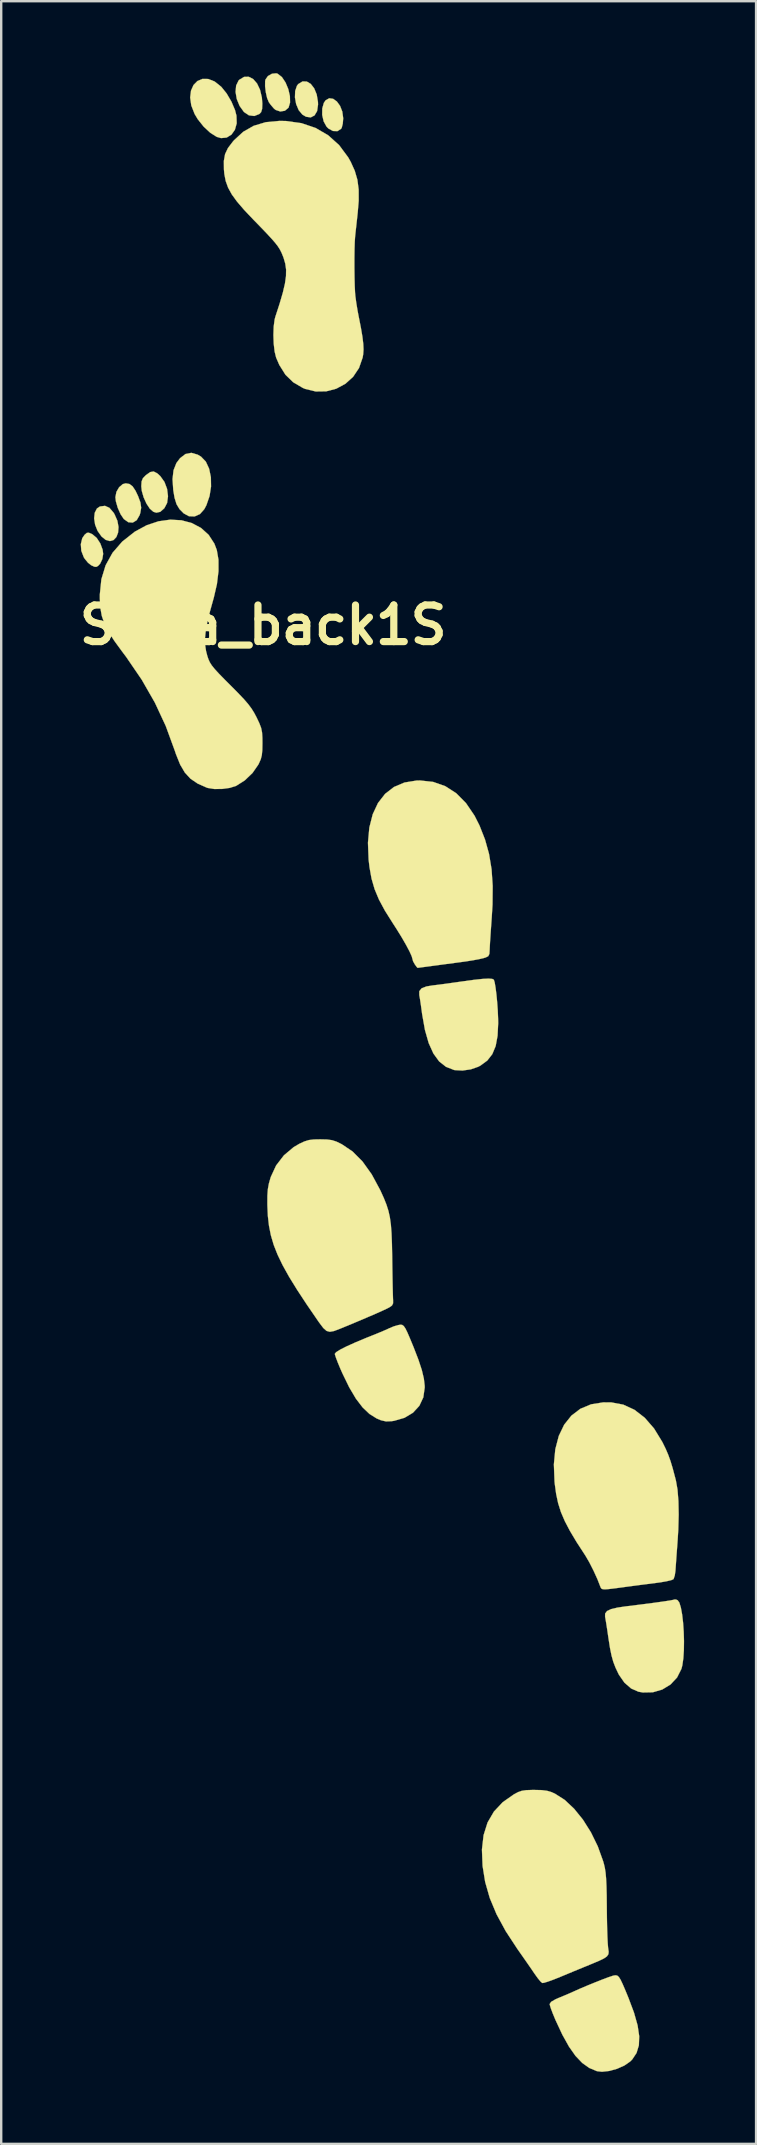
<source format=kicad_pcb>
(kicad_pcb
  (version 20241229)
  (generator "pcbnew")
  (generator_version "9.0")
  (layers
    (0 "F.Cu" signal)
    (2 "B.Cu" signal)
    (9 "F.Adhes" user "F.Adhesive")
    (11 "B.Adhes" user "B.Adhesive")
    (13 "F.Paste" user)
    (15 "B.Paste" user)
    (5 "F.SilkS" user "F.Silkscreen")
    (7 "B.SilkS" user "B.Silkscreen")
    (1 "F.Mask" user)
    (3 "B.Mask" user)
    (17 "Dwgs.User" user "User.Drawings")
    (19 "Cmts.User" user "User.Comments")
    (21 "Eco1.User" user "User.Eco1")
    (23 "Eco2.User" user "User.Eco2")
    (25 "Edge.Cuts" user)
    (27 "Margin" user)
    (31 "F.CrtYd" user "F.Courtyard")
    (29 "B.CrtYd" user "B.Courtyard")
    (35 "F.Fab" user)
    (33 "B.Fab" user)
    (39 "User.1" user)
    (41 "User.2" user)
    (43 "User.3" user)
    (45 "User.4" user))
  (footprint "Setta_back1S"
    (layer "F.Cu")
    (at 7.918 22.997)
    (property "Reference" "Setta_back1S" (at 0 0 0) (layer "F.SilkS") (effects (font (size 1.524 1.524) (thickness 0.3))))
    (attr through_hole)
    (fp_poly (pts (xy -6.408 -4.884) (xy -6.236 -4.683) (xy -6.196 -4.618) (xy -6.076 -4.345) (xy -6.029 -4.085) (xy -6.047 -3.853) (xy -6.118 -3.667) (xy -6.234 -3.543) (xy -6.386 -3.498) (xy -6.563 -3.548) (xy -6.736 -3.688) (xy -6.902 -3.922) (xy -7.005 -4.183) (xy -7.045 -4.444) (xy -7.02 -4.678) (xy -6.929 -4.856) (xy -6.804 -4.94) (xy -6.593 -4.967) (xy -6.408 -4.884)) (stroke (width 0.01) (type solid)) (fill yes) (layer "F.SilkS"))
    (fp_poly (pts (xy 1.815 -22.65) (xy 1.983 -22.55) (xy 2.125 -22.366) (xy 2.23 -22.112) (xy 2.282 -21.801) (xy 2.286 -21.69) (xy 2.247 -21.418) (xy 2.14 -21.237) (xy 1.981 -21.154) (xy 1.785 -21.182) (xy 1.632 -21.273) (xy 1.478 -21.459) (xy 1.373 -21.71) (xy 1.323 -21.988) (xy 1.333 -22.256) (xy 1.407 -22.474) (xy 1.46 -22.543) (xy 1.637 -22.652) (xy 1.815 -22.65)) (stroke (width 0.01) (type solid)) (fill yes) (layer "F.SilkS"))
    (fp_poly (pts (xy 2.915 -21.929) (xy 3.071 -21.817) (xy 3.204 -21.634) (xy 3.297 -21.396) (xy 3.334 -21.122) (xy 3.334 -21.112) (xy 3.317 -20.896) (xy 3.274 -20.727) (xy 3.247 -20.679) (xy 3.094 -20.582) (xy 2.907 -20.588) (xy 2.718 -20.692) (xy 2.641 -20.769) (xy 2.52 -20.988) (xy 2.459 -21.255) (xy 2.462 -21.527) (xy 2.528 -21.761) (xy 2.602 -21.868) (xy 2.753 -21.952) (xy 2.915 -21.929)) (stroke (width 0.01) (type solid)) (fill yes) (layer "F.SilkS"))
    (fp_poly (pts (xy -5.572 -5.877) (xy -5.443 -5.78) (xy -5.319 -5.593) (xy -5.215 -5.374) (xy -5.115 -5.105) (xy -5.085 -4.888) (xy -5.121 -4.671) (xy -5.15 -4.58) (xy -5.271 -4.37) (xy -5.435 -4.269) (xy -5.622 -4.284) (xy -5.809 -4.418) (xy -5.942 -4.616) (xy -6.06 -4.881) (xy -6.139 -5.155) (xy -6.159 -5.329) (xy -6.116 -5.55) (xy -6.004 -5.742) (xy -5.852 -5.872) (xy -5.726 -5.905) (xy -5.572 -5.877)) (stroke (width 0.01) (type solid)) (fill yes) (layer "F.SilkS"))
    (fp_poly (pts (xy -0.417 -22.753) (xy -0.256 -22.568) (xy -0.132 -22.307) (xy -0.055 -21.981) (xy -0.036 -21.728) (xy -0.045 -21.507) (xy -0.086 -21.374) (xy -0.155 -21.299) (xy -0.37 -21.213) (xy -0.596 -21.241) (xy -0.802 -21.38) (xy -0.805 -21.384) (xy -0.985 -21.636) (xy -1.102 -21.924) (xy -1.151 -22.217) (xy -1.127 -22.483) (xy -1.027 -22.69) (xy -0.996 -22.722) (xy -0.799 -22.842) (xy -0.602 -22.848) (xy -0.417 -22.753)) (stroke (width 0.01) (type solid)) (fill yes) (layer "F.SilkS"))
    (fp_poly (pts (xy -4.417 -6.323) (xy -4.288 -6.206) (xy -4.114 -5.963) (xy -4.005 -5.672) (xy -3.967 -5.368) (xy -4.004 -5.087) (xy -4.119 -4.868) (xy -4.29 -4.717) (xy -4.452 -4.681) (xy -4.576 -4.719) (xy -4.722 -4.845) (xy -4.863 -5.058) (xy -4.982 -5.32) (xy -5.06 -5.592) (xy -5.08 -5.784) (xy -5.067 -5.987) (xy -5.011 -6.121) (xy -4.888 -6.246) (xy -4.885 -6.249) (xy -4.708 -6.374) (xy -4.565 -6.399) (xy -4.417 -6.323)) (stroke (width 0.01) (type solid)) (fill yes) (layer "F.SilkS"))
    (fp_poly (pts (xy -7.136 -3.79) (xy -7.115 -3.78) (xy -6.938 -3.63) (xy -6.788 -3.4) (xy -6.691 -3.138) (xy -6.669 -2.964) (xy -6.704 -2.748) (xy -6.795 -2.555) (xy -6.883 -2.462) (xy -6.959 -2.422) (xy -7.037 -2.431) (xy -7.172 -2.493) (xy -7.174 -2.495) (xy -7.304 -2.599) (xy -7.439 -2.764) (xy -7.478 -2.827) (xy -7.58 -3.093) (xy -7.6 -3.37) (xy -7.54 -3.619) (xy -7.445 -3.759) (xy -7.352 -3.839) (xy -7.268 -3.848) (xy -7.136 -3.79)) (stroke (width 0.01) (type solid)) (fill yes) (layer "F.SilkS"))
    (fp_poly (pts (xy 0.605 -22.974) (xy 0.781 -22.835) (xy 0.931 -22.61) (xy 1.046 -22.334) (xy 1.113 -22.043) (xy 1.12 -21.775) (xy 1.058 -21.565) (xy 1.051 -21.555) (xy 0.904 -21.432) (xy 0.711 -21.401) (xy 0.519 -21.466) (xy 0.449 -21.522) (xy 0.315 -21.678) (xy 0.233 -21.792) (xy 0.163 -21.963) (xy 0.109 -22.201) (xy 0.079 -22.452) (xy 0.081 -22.663) (xy 0.094 -22.73) (xy 0.197 -22.878) (xy 0.365 -22.974) (xy 0.546 -22.992) (xy 0.605 -22.974)) (stroke (width 0.01) (type solid)) (fill yes) (layer "F.SilkS"))
    (fp_poly (pts (xy -2.73 -7.1) (xy -2.591 -7.018) (xy -2.39 -6.809) (xy -2.253 -6.514) (xy -2.18 -6.16) (xy -2.173 -5.772) (xy -2.235 -5.375) (xy -2.366 -4.995) (xy -2.453 -4.83) (xy -2.634 -4.625) (xy -2.857 -4.525) (xy -3.095 -4.534) (xy -3.312 -4.652) (xy -3.489 -4.831) (xy -3.612 -5.037) (xy -3.694 -5.302) (xy -3.748 -5.625) (xy -3.778 -6.081) (xy -3.736 -6.45) (xy -3.617 -6.751) (xy -3.462 -6.956) (xy -3.236 -7.128) (xy -2.994 -7.176) (xy -2.73 -7.1)) (stroke (width 0.01) (type solid)) (fill yes) (layer "F.SilkS"))
    (fp_poly (pts (xy -2.29 -22.756) (xy -2.024 -22.651) (xy -1.748 -22.431) (xy -1.748 -22.431) (xy -1.523 -22.152) (xy -1.323 -21.811) (xy -1.174 -21.459) (xy -1.114 -21.226) (xy -1.104 -20.908) (xy -1.179 -20.639) (xy -1.323 -20.436) (xy -1.52 -20.315) (xy -1.755 -20.292) (xy -1.937 -20.344) (xy -2.207 -20.515) (xy -2.482 -20.771) (xy -2.726 -21.077) (xy -2.857 -21.295) (xy -2.997 -21.654) (xy -3.043 -21.984) (xy -3.008 -22.271) (xy -2.904 -22.504) (xy -2.741 -22.67) (xy -2.533 -22.759) (xy -2.29 -22.756)) (stroke (width 0.01) (type solid)) (fill yes) (layer "F.SilkS"))
    (fp_poly (pts (xy 9.549 14.748) (xy 9.612 14.781) (xy 9.647 14.894) (xy 9.683 15.106) (xy 9.719 15.389) (xy 9.75 15.716) (xy 9.775 16.057) (xy 9.789 16.386) (xy 9.793 16.589) (xy 9.767 17.118) (xy 9.688 17.545) (xy 9.547 17.884) (xy 9.339 18.15) (xy 9.055 18.359) (xy 8.962 18.408) (xy 8.653 18.516) (xy 8.306 18.566) (xy 7.985 18.548) (xy 7.952 18.542) (xy 7.619 18.412) (xy 7.333 18.186) (xy 7.094 17.858) (xy 6.897 17.422) (xy 6.741 16.875) (xy 6.623 16.212) (xy 6.608 16.097) (xy 6.572 15.834) (xy 6.537 15.601) (xy 6.509 15.442) (xy 6.505 15.425) (xy 6.505 15.26) (xy 6.601 15.141) (xy 6.804 15.061) (xy 7.062 15.019) (xy 7.284 14.992) (xy 7.59 14.952) (xy 7.94 14.903) (xy 8.287 14.854) (xy 8.769 14.788) (xy 9.134 14.748) (xy 9.392 14.735) (xy 9.549 14.748)) (stroke (width 0.01) (type solid)) (fill yes) (layer "F.SilkS"))
    (fp_poly (pts (xy 5.794 29.167) (xy 5.859 29.215) (xy 5.929 29.318) (xy 6.014 29.491) (xy 6.125 29.75) (xy 6.269 30.099) (xy 6.469 30.617) (xy 6.61 31.045) (xy 6.695 31.401) (xy 6.73 31.705) (xy 6.731 31.777) (xy 6.673 32.186) (xy 6.507 32.539) (xy 6.242 32.826) (xy 5.888 33.038) (xy 5.454 33.164) (xy 5.35 33.179) (xy 5.119 33.188) (xy 4.908 33.14) (xy 4.728 33.064) (xy 4.429 32.877) (xy 4.144 32.606) (xy 3.865 32.241) (xy 3.587 31.771) (xy 3.303 31.188) (xy 3.215 30.99) (xy 3.113 30.745) (xy 3.034 30.538) (xy 2.99 30.401) (xy 2.985 30.37) (xy 3.043 30.3) (xy 3.212 30.195) (xy 3.482 30.058) (xy 3.844 29.895) (xy 4.287 29.71) (xy 4.508 29.622) (xy 4.776 29.514) (xy 5.021 29.411) (xy 5.202 29.331) (xy 5.244 29.31) (xy 5.446 29.226) (xy 5.635 29.172) (xy 5.723 29.158) (xy 5.794 29.167)) (stroke (width 0.01) (type solid)) (fill yes) (layer "F.SilkS"))
    (fp_poly (pts (xy 14.76 56.286) (xy 14.823 56.342) (xy 14.894 56.455) (xy 14.983 56.642) (xy 15.101 56.917) (xy 15.223 57.214) (xy 15.454 57.83) (xy 15.603 58.358) (xy 15.67 58.808) (xy 15.656 59.188) (xy 15.559 59.507) (xy 15.382 59.774) (xy 15.295 59.862) (xy 15.053 60.03) (xy 14.748 60.166) (xy 14.423 60.257) (xy 14.119 60.29) (xy 13.906 60.265) (xy 13.59 60.132) (xy 13.296 59.924) (xy 13.016 59.63) (xy 12.743 59.242) (xy 12.468 58.748) (xy 12.183 58.138) (xy 12.169 58.105) (xy 12.066 57.857) (xy 11.987 57.645) (xy 11.943 57.501) (xy 11.938 57.468) (xy 11.999 57.377) (xy 12.178 57.272) (xy 12.303 57.217) (xy 12.552 57.114) (xy 12.797 57.009) (xy 12.922 56.953) (xy 13.199 56.829) (xy 13.511 56.697) (xy 13.831 56.566) (xy 14.13 56.448) (xy 14.383 56.353) (xy 14.561 56.293) (xy 14.615 56.279) (xy 14.694 56.27) (xy 14.76 56.286)) (stroke (width 0.01) (type solid)) (fill yes) (layer "F.SilkS"))
    (fp_poly (pts (xy 17.204 40.612) (xy 17.271 40.639) (xy 17.343 40.74) (xy 17.406 40.945) (xy 17.458 41.23) (xy 17.498 41.573) (xy 17.524 41.951) (xy 17.536 42.34) (xy 17.531 42.719) (xy 17.509 43.063) (xy 17.468 43.35) (xy 17.43 43.499) (xy 17.247 43.862) (xy 16.973 44.153) (xy 16.63 44.362) (xy 16.239 44.476) (xy 15.822 44.484) (xy 15.638 44.452) (xy 15.333 44.318) (xy 15.055 44.076) (xy 14.825 43.745) (xy 14.802 43.7) (xy 14.681 43.445) (xy 14.589 43.204) (xy 14.516 42.942) (xy 14.452 42.627) (xy 14.389 42.223) (xy 14.38 42.164) (xy 14.337 41.868) (xy 14.296 41.604) (xy 14.263 41.406) (xy 14.248 41.328) (xy 14.25 41.195) (xy 14.329 41.091) (xy 14.498 41.01) (xy 14.771 40.946) (xy 15.081 40.9) (xy 15.734 40.819) (xy 16.261 40.751) (xy 16.663 40.695) (xy 16.941 40.653) (xy 17.096 40.623) (xy 17.132 40.611) (xy 17.204 40.612)) (stroke (width 0.01) (type solid)) (fill yes) (layer "F.SilkS"))
    (fp_poly (pts (xy 7.085 6.538) (xy 7.589 6.716) (xy 8.045 7.01) (xy 8.451 7.42) (xy 8.807 7.944) (xy 9.015 8.355) (xy 9.245 8.94) (xy 9.412 9.54) (xy 9.517 10.176) (xy 9.564 10.871) (xy 9.557 11.646) (xy 9.524 12.194) (xy 9.497 12.57) (xy 9.473 12.923) (xy 9.453 13.225) (xy 9.441 13.446) (xy 9.438 13.525) (xy 9.426 13.704) (xy 9.381 13.799) (xy 9.273 13.854) (xy 9.176 13.883) (xy 8.994 13.925) (xy 8.734 13.973) (xy 8.443 14.019) (xy 8.35 14.032) (xy 8.021 14.076) (xy 7.632 14.127) (xy 7.249 14.179) (xy 7.112 14.197) (xy 6.838 14.234) (xy 6.616 14.263) (xy 6.473 14.282) (xy 6.433 14.287) (xy 6.392 14.242) (xy 6.322 14.146) (xy 6.247 14.013) (xy 6.223 13.926) (xy 6.189 13.803) (xy 6.094 13.594) (xy 5.948 13.32) (xy 5.763 12.999) (xy 5.548 12.652) (xy 5.402 12.426) (xy 5.075 11.907) (xy 4.826 11.445) (xy 4.644 11.01) (xy 4.516 10.57) (xy 4.43 10.092) (xy 4.394 9.779) (xy 4.366 9.072) (xy 4.424 8.438) (xy 4.565 7.885) (xy 4.785 7.415) (xy 5.081 7.035) (xy 5.45 6.749) (xy 5.888 6.563) (xy 6.393 6.481) (xy 6.536 6.478) (xy 7.085 6.538)) (stroke (width 0.01) (type solid)) (fill yes) (layer "F.SilkS"))
    (fp_poly (pts (xy 11.605 48.553) (xy 11.827 48.581) (xy 12.016 48.637) (xy 12.16 48.702) (xy 12.564 48.96) (xy 12.956 49.328) (xy 13.326 49.785) (xy 13.659 50.314) (xy 13.944 50.897) (xy 14.166 51.514) (xy 14.2 51.633) (xy 14.239 51.801) (xy 14.269 51.995) (xy 14.29 52.235) (xy 14.305 52.543) (xy 14.315 52.936) (xy 14.32 53.435) (xy 14.32 53.467) (xy 14.325 53.898) (xy 14.333 54.3) (xy 14.344 54.653) (xy 14.358 54.933) (xy 14.373 55.118) (xy 14.379 55.159) (xy 14.397 55.291) (xy 14.385 55.393) (xy 14.326 55.48) (xy 14.202 55.567) (xy 13.998 55.666) (xy 13.697 55.793) (xy 13.589 55.837) (xy 13.29 55.96) (xy 12.93 56.108) (xy 12.565 56.26) (xy 12.378 56.338) (xy 12.105 56.447) (xy 11.871 56.532) (xy 11.703 56.583) (xy 11.63 56.592) (xy 11.558 56.53) (xy 11.442 56.39) (xy 11.311 56.207) (xy 11.178 56.011) (xy 10.995 55.747) (xy 10.788 55.45) (xy 10.592 55.171) (xy 10.106 54.429) (xy 9.725 53.727) (xy 9.442 53.05) (xy 9.25 52.379) (xy 9.143 51.713) (xy 9.116 51.03) (xy 9.185 50.428) (xy 9.351 49.901) (xy 9.617 49.445) (xy 9.985 49.054) (xy 10.446 48.731) (xy 10.621 48.637) (xy 10.778 48.582) (xy 10.961 48.555) (xy 11.215 48.546) (xy 11.303 48.546) (xy 11.605 48.553)) (stroke (width 0.01) (type solid)) (fill yes) (layer "F.SilkS"))
    (fp_poly (pts (xy 14.508 32.396) (xy 15.008 32.49) (xy 15.474 32.705) (xy 15.902 33.037) (xy 16.289 33.483) (xy 16.63 34.04) (xy 16.65 34.079) (xy 16.778 34.341) (xy 16.881 34.582) (xy 16.972 34.834) (xy 17.062 35.131) (xy 17.162 35.508) (xy 17.2 35.655) (xy 17.266 36.029) (xy 17.304 36.508) (xy 17.315 37.073) (xy 17.298 37.704) (xy 17.274 38.1) (xy 17.247 38.475) (xy 17.221 38.826) (xy 17.2 39.126) (xy 17.185 39.344) (xy 17.179 39.423) (xy 17.152 39.609) (xy 17.107 39.744) (xy 17.09 39.768) (xy 17 39.805) (xy 16.814 39.849) (xy 16.563 39.893) (xy 16.368 39.92) (xy 16.005 39.966) (xy 15.585 40.02) (xy 15.178 40.074) (xy 15.018 40.096) (xy 14.661 40.144) (xy 14.41 40.174) (xy 14.245 40.186) (xy 14.146 40.179) (xy 14.092 40.153) (xy 14.064 40.109) (xy 14.054 40.084) (xy 13.929 39.763) (xy 13.766 39.406) (xy 13.591 39.061) (xy 13.428 38.781) (xy 13.409 38.752) (xy 13.06 38.215) (xy 12.784 37.753) (xy 12.57 37.345) (xy 12.408 36.967) (xy 12.291 36.596) (xy 12.209 36.212) (xy 12.151 35.791) (xy 12.141 35.687) (xy 12.114 34.979) (xy 12.174 34.347) (xy 12.318 33.794) (xy 12.543 33.325) (xy 12.844 32.947) (xy 13.218 32.662) (xy 13.663 32.476) (xy 14.173 32.394) (xy 14.508 32.396)) (stroke (width 0.01) (type solid)) (fill yes) (layer "F.SilkS"))
    (fp_poly (pts (xy 2.662 21.44) (xy 2.869 21.468) (xy 3.055 21.529) (xy 3.27 21.634) (xy 3.722 21.937) (xy 4.138 22.355) (xy 4.522 22.891) (xy 4.876 23.548) (xy 4.891 23.579) (xy 5.029 23.884) (xy 5.137 24.155) (xy 5.219 24.414) (xy 5.279 24.683) (xy 5.321 24.986) (xy 5.348 25.344) (xy 5.365 25.781) (xy 5.376 26.318) (xy 5.377 26.416) (xy 5.383 26.852) (xy 5.39 27.258) (xy 5.397 27.611) (xy 5.404 27.891) (xy 5.41 28.077) (xy 5.413 28.131) (xy 5.413 28.268) (xy 5.367 28.359) (xy 5.249 28.44) (xy 5.144 28.493) (xy 4.948 28.584) (xy 4.659 28.713) (xy 4.298 28.868) (xy 3.891 29.041) (xy 3.461 29.22) (xy 3.195 29.329) (xy 2.953 29.421) (xy 2.778 29.453) (xy 2.64 29.416) (xy 2.506 29.297) (xy 2.345 29.085) (xy 2.288 29.004) (xy 1.813 28.311) (xy 1.413 27.702) (xy 1.081 27.164) (xy 0.812 26.681) (xy 0.6 26.242) (xy 0.438 25.831) (xy 0.321 25.434) (xy 0.242 25.038) (xy 0.195 24.629) (xy 0.175 24.193) (xy 0.174 24.13) (xy 0.175 23.782) (xy 0.194 23.513) (xy 0.237 23.276) (xy 0.309 23.024) (xy 0.317 23) (xy 0.539 22.521) (xy 0.864 22.099) (xy 1.271 21.757) (xy 1.5 21.622) (xy 1.716 21.521) (xy 1.905 21.463) (xy 2.118 21.438) (xy 2.381 21.433) (xy 2.662 21.44)) (stroke (width 0.01) (type solid)) (fill yes) (layer "F.SilkS"))
    (fp_poly (pts (xy -3.405 -4.365) (xy -2.973 -4.249) (xy -2.591 -4.046) (xy -2.274 -3.76) (xy -2.035 -3.393) (xy -1.933 -3.125) (xy -1.864 -2.723) (xy -1.863 -2.242) (xy -1.928 -1.706) (xy -2.058 -1.142) (xy -2.067 -1.111) (xy -2.218 -0.568) (xy -2.327 -0.123) (xy -2.395 0.244) (xy -2.426 0.554) (xy -2.42 0.828) (xy -2.381 1.085) (xy -2.327 1.293) (xy -2.28 1.431) (xy -2.223 1.556) (xy -2.141 1.685) (xy -2.02 1.835) (xy -1.846 2.025) (xy -1.605 2.272) (xy -1.368 2.509) (xy -1.051 2.829) (xy -0.81 3.082) (xy -0.629 3.291) (xy -0.491 3.475) (xy -0.378 3.655) (xy -0.276 3.848) (xy -0.158 4.098) (xy -0.085 4.29) (xy -0.048 4.474) (xy -0.034 4.7) (xy -0.032 4.918) (xy -0.037 5.213) (xy -0.057 5.424) (xy -0.101 5.594) (xy -0.176 5.764) (xy -0.204 5.819) (xy -0.445 6.166) (xy -0.767 6.474) (xy -1.126 6.702) (xy -1.129 6.703) (xy -1.392 6.787) (xy -1.714 6.831) (xy -2.039 6.833) (xy -2.313 6.789) (xy -2.357 6.774) (xy -2.732 6.607) (xy -3.028 6.406) (xy -3.265 6.149) (xy -3.461 5.815) (xy -3.635 5.382) (xy -3.683 5.239) (xy -4.059 4.211) (xy -4.513 3.235) (xy -5.058 2.284) (xy -5.708 1.332) (xy -5.88 1.103) (xy -6.201 0.663) (xy -6.443 0.286) (xy -6.614 -0.053) (xy -6.726 -0.38) (xy -6.787 -0.721) (xy -6.808 -1.102) (xy -6.808 -1.27) (xy -6.743 -1.91) (xy -6.566 -2.49) (xy -6.277 -3.012) (xy -5.874 -3.477) (xy -5.357 -3.885) (xy -5.344 -3.894) (xy -4.857 -4.158) (xy -4.362 -4.323) (xy -3.873 -4.391) (xy -3.405 -4.365)) (stroke (width 0.01) (type solid)) (fill yes) (layer "F.SilkS"))
    (fp_poly (pts (xy 0.945 -21.004) (xy 1.593 -20.915) (xy 2.183 -20.715) (xy 2.709 -20.409) (xy 3.164 -20) (xy 3.54 -19.493) (xy 3.645 -19.308) (xy 3.816 -18.931) (xy 3.926 -18.555) (xy 3.979 -18.148) (xy 3.98 -17.68) (xy 3.94 -17.197) (xy 3.905 -16.872) (xy 3.872 -16.573) (xy 3.846 -16.334) (xy 3.831 -16.192) (xy 3.816 -15.972) (xy 3.806 -15.658) (xy 3.801 -15.284) (xy 3.801 -14.882) (xy 3.806 -14.486) (xy 3.815 -14.129) (xy 3.829 -13.845) (xy 3.84 -13.716) (xy 3.88 -13.423) (xy 3.935 -13.09) (xy 3.979 -12.859) (xy 4.072 -12.387) (xy 4.135 -12.015) (xy 4.17 -11.723) (xy 4.181 -11.487) (xy 4.168 -11.286) (xy 4.144 -11.144) (xy 3.993 -10.711) (xy 3.748 -10.345) (xy 3.426 -10.054) (xy 3.046 -9.849) (xy 2.628 -9.739) (xy 2.19 -9.733) (xy 1.749 -9.84) (xy 1.652 -9.881) (xy 1.25 -10.117) (xy 0.928 -10.43) (xy 0.672 -10.838) (xy 0.539 -11.144) (xy 0.477 -11.395) (xy 0.439 -11.724) (xy 0.426 -12.088) (xy 0.438 -12.439) (xy 0.477 -12.734) (xy 0.506 -12.844) (xy 0.686 -13.398) (xy 0.819 -13.854) (xy 0.907 -14.23) (xy 0.951 -14.544) (xy 0.955 -14.815) (xy 0.92 -15.062) (xy 0.85 -15.302) (xy 0.822 -15.375) (xy 0.763 -15.518) (xy 0.697 -15.648) (xy 0.615 -15.778) (xy 0.501 -15.926) (xy 0.345 -16.105) (xy 0.134 -16.333) (xy -0.145 -16.623) (xy -0.407 -16.892) (xy -0.792 -17.298) (xy -1.089 -17.644) (xy -1.309 -17.947) (xy -1.463 -18.228) (xy -1.563 -18.505) (xy -1.619 -18.797) (xy -1.636 -18.987) (xy -1.639 -19.343) (xy -1.588 -19.626) (xy -1.467 -19.88) (xy -1.259 -20.153) (xy -1.215 -20.203) (xy -0.831 -20.556) (xy -0.395 -20.805) (xy 0.106 -20.955) (xy 0.68 -21.009) (xy 0.945 -21.004)) (stroke (width 0.01) (type solid)) (fill yes) (layer "F.SilkS")))
  (gr_rect
    (start -3 -3)
    (end 28.458 86.293)
    (stroke (width 0.1) (type default))
    (fill no)
    (layer "Edge.Cuts")))
</source>
